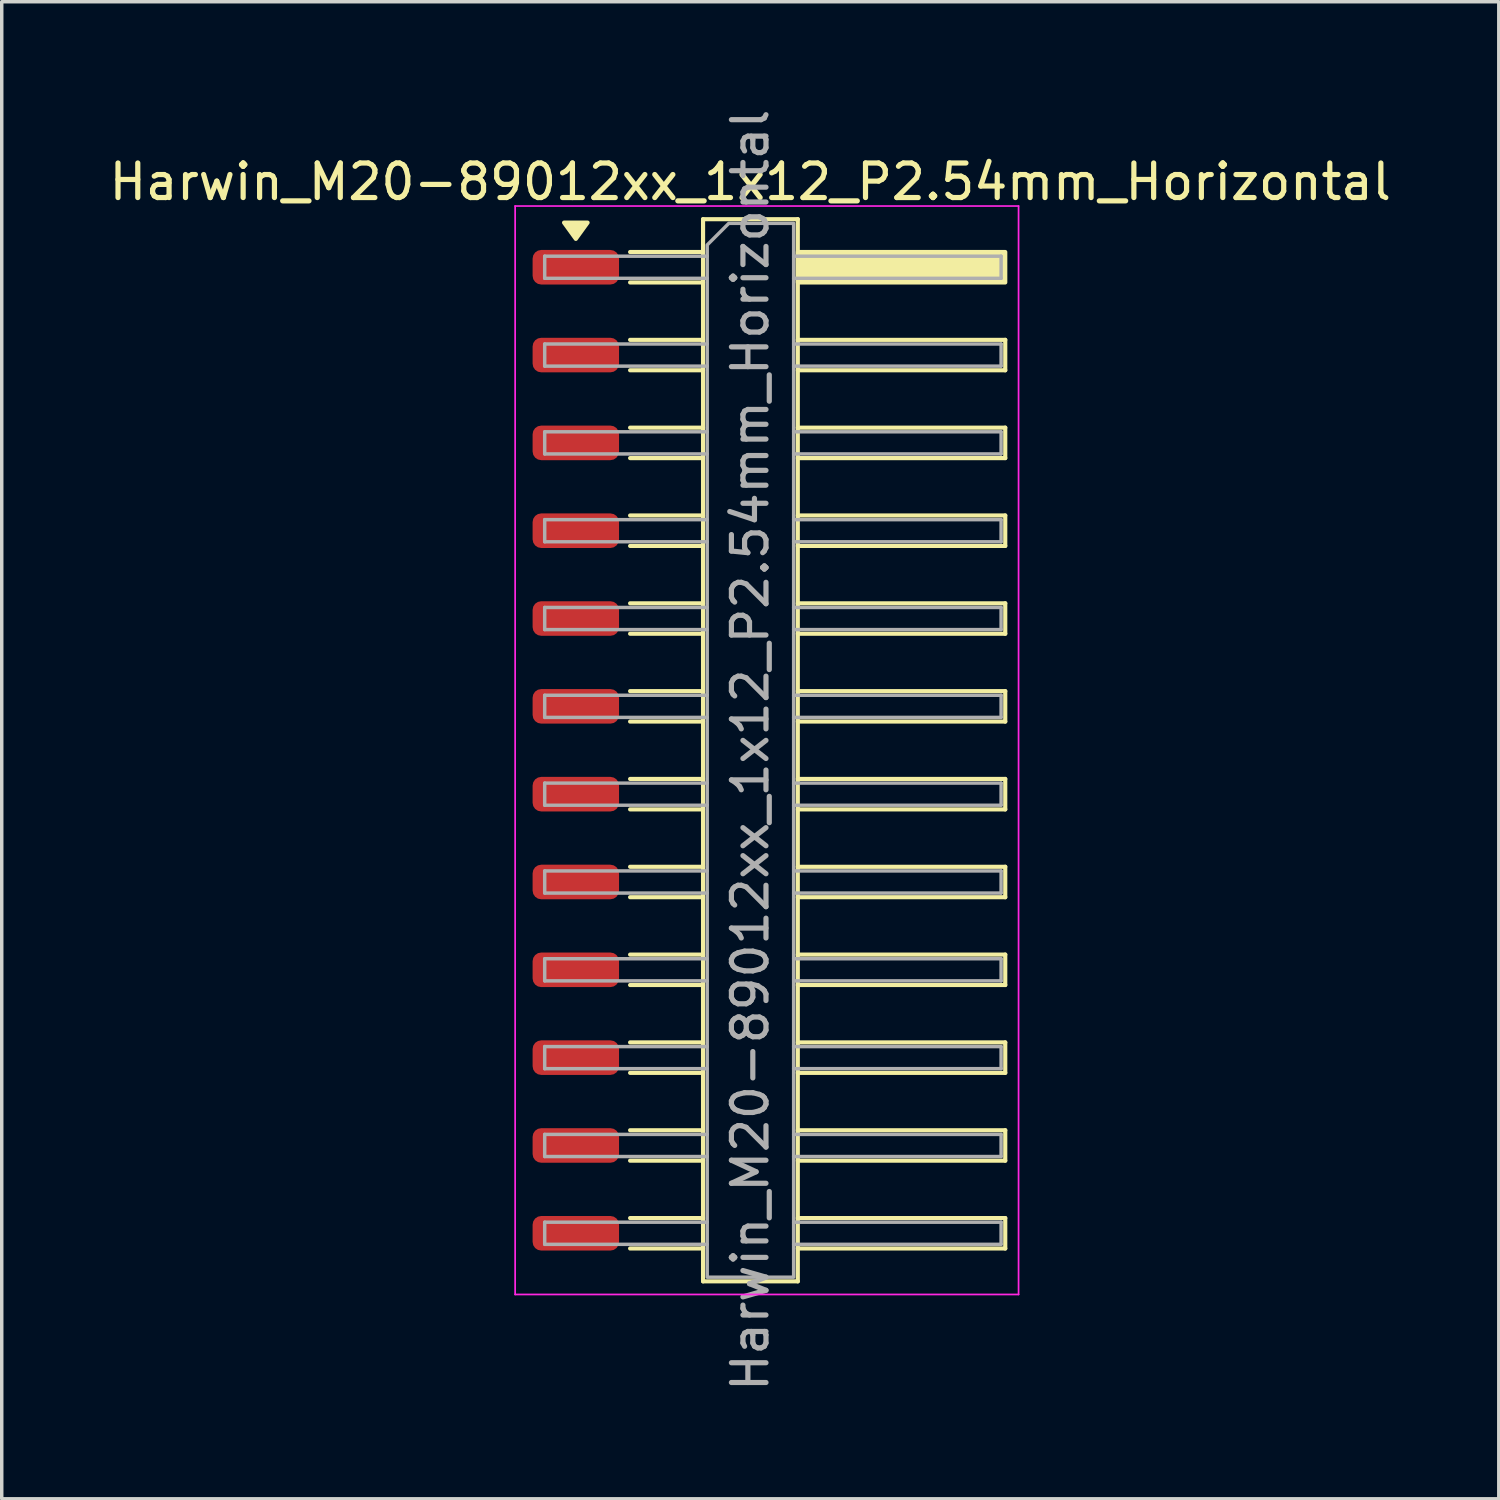
<source format=kicad_pcb>
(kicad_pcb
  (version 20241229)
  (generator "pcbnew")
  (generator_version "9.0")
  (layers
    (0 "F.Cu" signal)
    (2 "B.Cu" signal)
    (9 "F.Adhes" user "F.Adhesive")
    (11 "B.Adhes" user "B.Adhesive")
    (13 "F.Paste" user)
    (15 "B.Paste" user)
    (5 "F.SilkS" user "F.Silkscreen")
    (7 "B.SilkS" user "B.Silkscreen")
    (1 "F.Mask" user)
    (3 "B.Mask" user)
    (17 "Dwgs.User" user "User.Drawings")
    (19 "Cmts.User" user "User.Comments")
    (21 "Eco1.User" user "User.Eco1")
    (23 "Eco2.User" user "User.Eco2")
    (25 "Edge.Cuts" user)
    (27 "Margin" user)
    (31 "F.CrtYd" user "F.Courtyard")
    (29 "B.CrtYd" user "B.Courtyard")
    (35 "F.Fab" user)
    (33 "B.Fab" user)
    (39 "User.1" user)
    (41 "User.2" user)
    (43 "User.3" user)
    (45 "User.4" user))
  (footprint "Harwin_M20-89012xx_1x12_P2.54mm_Horizontal"
    (layer "F.Cu")
    (at 19.129 18.649)
    (property "Reference" "Harwin_M20-89012xx_1x12_P2.54mm_Horizontal" (at -0.48 -16.44 0) (layer "F.SilkS") (effects (font (size 1 1) (thickness 0.15))))
    (attr smd)
    (fp_line (start -3.955 -14.41) (end -1.845 -14.41) (stroke (width 0.12) (type solid)) (layer "F.SilkS"))
    (fp_line (start -3.955 -13.53) (end -1.845 -13.53) (stroke (width 0.12) (type solid)) (layer "F.SilkS"))
    (fp_line (start -3.955 -11.87) (end -1.845 -11.87) (stroke (width 0.12) (type solid)) (layer "F.SilkS"))
    (fp_line (start -3.955 -10.99) (end -1.845 -10.99) (stroke (width 0.12) (type solid)) (layer "F.SilkS"))
    (fp_line (start -3.955 -9.33) (end -1.845 -9.33) (stroke (width 0.12) (type solid)) (layer "F.SilkS"))
    (fp_line (start -3.955 -8.45) (end -1.845 -8.45) (stroke (width 0.12) (type solid)) (layer "F.SilkS"))
    (fp_line (start -3.955 -6.79) (end -1.845 -6.79) (stroke (width 0.12) (type solid)) (layer "F.SilkS"))
    (fp_line (start -3.955 -5.91) (end -1.845 -5.91) (stroke (width 0.12) (type solid)) (layer "F.SilkS"))
    (fp_line (start -3.955 -4.25) (end -1.845 -4.25) (stroke (width 0.12) (type solid)) (layer "F.SilkS"))
    (fp_line (start -3.955 -3.37) (end -1.845 -3.37) (stroke (width 0.12) (type solid)) (layer "F.SilkS"))
    (fp_line (start -3.955 -1.71) (end -1.845 -1.71) (stroke (width 0.12) (type solid)) (layer "F.SilkS"))
    (fp_line (start -3.955 -0.83) (end -1.845 -0.83) (stroke (width 0.12) (type solid)) (layer "F.SilkS"))
    (fp_line (start -3.955 0.83) (end -1.845 0.83) (stroke (width 0.12) (type solid)) (layer "F.SilkS"))
    (fp_line (start -3.955 1.71) (end -1.845 1.71) (stroke (width 0.12) (type solid)) (layer "F.SilkS"))
    (fp_line (start -3.955 3.37) (end -1.845 3.37) (stroke (width 0.12) (type solid)) (layer "F.SilkS"))
    (fp_line (start -3.955 4.25) (end -1.845 4.25) (stroke (width 0.12) (type solid)) (layer "F.SilkS"))
    (fp_line (start -3.955 5.91) (end -1.845 5.91) (stroke (width 0.12) (type solid)) (layer "F.SilkS"))
    (fp_line (start -3.955 6.79) (end -1.845 6.79) (stroke (width 0.12) (type solid)) (layer "F.SilkS"))
    (fp_line (start -3.955 8.45) (end -1.845 8.45) (stroke (width 0.12) (type solid)) (layer "F.SilkS"))
    (fp_line (start -3.955 9.33) (end -1.845 9.33) (stroke (width 0.12) (type solid)) (layer "F.SilkS"))
    (fp_line (start -3.955 10.99) (end -1.845 10.99) (stroke (width 0.12) (type solid)) (layer "F.SilkS"))
    (fp_line (start -3.955 11.87) (end -1.845 11.87) (stroke (width 0.12) (type solid)) (layer "F.SilkS"))
    (fp_line (start -3.955 13.53) (end -1.845 13.53) (stroke (width 0.12) (type solid)) (layer "F.SilkS"))
    (fp_line (start -3.955 14.41) (end -1.845 14.41) (stroke (width 0.12) (type solid)) (layer "F.SilkS"))
    (fp_line (start -1.845 -15.36) (end 0.895 -15.36) (stroke (width 0.12) (type solid)) (layer "F.SilkS"))
    (fp_line (start -1.845 15.36) (end -1.845 -15.36) (stroke (width 0.12) (type solid)) (layer "F.SilkS"))
    (fp_line (start 0.895 -15.36) (end 0.895 15.36) (stroke (width 0.12) (type solid)) (layer "F.SilkS"))
    (fp_line (start 0.895 -11.87) (end 6.895 -11.87) (stroke (width 0.12) (type solid)) (layer "F.SilkS"))
    (fp_line (start 0.895 -9.33) (end 6.895 -9.33) (stroke (width 0.12) (type solid)) (layer "F.SilkS"))
    (fp_line (start 0.895 -6.79) (end 6.895 -6.79) (stroke (width 0.12) (type solid)) (layer "F.SilkS"))
    (fp_line (start 0.895 -4.25) (end 6.895 -4.25) (stroke (width 0.12) (type solid)) (layer "F.SilkS"))
    (fp_line (start 0.895 -1.71) (end 6.895 -1.71) (stroke (width 0.12) (type solid)) (layer "F.SilkS"))
    (fp_line (start 0.895 0.83) (end 6.895 0.83) (stroke (width 0.12) (type solid)) (layer "F.SilkS"))
    (fp_line (start 0.895 3.37) (end 6.895 3.37) (stroke (width 0.12) (type solid)) (layer "F.SilkS"))
    (fp_line (start 0.895 5.91) (end 6.895 5.91) (stroke (width 0.12) (type solid)) (layer "F.SilkS"))
    (fp_line (start 0.895 8.45) (end 6.895 8.45) (stroke (width 0.12) (type solid)) (layer "F.SilkS"))
    (fp_line (start 0.895 10.99) (end 6.895 10.99) (stroke (width 0.12) (type solid)) (layer "F.SilkS"))
    (fp_line (start 0.895 13.53) (end 6.895 13.53) (stroke (width 0.12) (type solid)) (layer "F.SilkS"))
    (fp_line (start 0.895 15.36) (end -1.845 15.36) (stroke (width 0.12) (type solid)) (layer "F.SilkS"))
    (fp_line (start 6.895 -11.87) (end 6.895 -10.99) (stroke (width 0.12) (type solid)) (layer "F.SilkS"))
    (fp_line (start 6.895 -10.99) (end 0.895 -10.99) (stroke (width 0.12) (type solid)) (layer "F.SilkS"))
    (fp_line (start 6.895 -9.33) (end 6.895 -8.45) (stroke (width 0.12) (type solid)) (layer "F.SilkS"))
    (fp_line (start 6.895 -8.45) (end 0.895 -8.45) (stroke (width 0.12) (type solid)) (layer "F.SilkS"))
    (fp_line (start 6.895 -6.79) (end 6.895 -5.91) (stroke (width 0.12) (type solid)) (layer "F.SilkS"))
    (fp_line (start 6.895 -5.91) (end 0.895 -5.91) (stroke (width 0.12) (type solid)) (layer "F.SilkS"))
    (fp_line (start 6.895 -4.25) (end 6.895 -3.37) (stroke (width 0.12) (type solid)) (layer "F.SilkS"))
    (fp_line (start 6.895 -3.37) (end 0.895 -3.37) (stroke (width 0.12) (type solid)) (layer "F.SilkS"))
    (fp_line (start 6.895 -1.71) (end 6.895 -0.83) (stroke (width 0.12) (type solid)) (layer "F.SilkS"))
    (fp_line (start 6.895 -0.83) (end 0.895 -0.83) (stroke (width 0.12) (type solid)) (layer "F.SilkS"))
    (fp_line (start 6.895 0.83) (end 6.895 1.71) (stroke (width 0.12) (type solid)) (layer "F.SilkS"))
    (fp_line (start 6.895 1.71) (end 0.895 1.71) (stroke (width 0.12) (type solid)) (layer "F.SilkS"))
    (fp_line (start 6.895 3.37) (end 6.895 4.25) (stroke (width 0.12) (type solid)) (layer "F.SilkS"))
    (fp_line (start 6.895 4.25) (end 0.895 4.25) (stroke (width 0.12) (type solid)) (layer "F.SilkS"))
    (fp_line (start 6.895 5.91) (end 6.895 6.79) (stroke (width 0.12) (type solid)) (layer "F.SilkS"))
    (fp_line (start 6.895 6.79) (end 0.895 6.79) (stroke (width 0.12) (type solid)) (layer "F.SilkS"))
    (fp_line (start 6.895 8.45) (end 6.895 9.33) (stroke (width 0.12) (type solid)) (layer "F.SilkS"))
    (fp_line (start 6.895 9.33) (end 0.895 9.33) (stroke (width 0.12) (type solid)) (layer "F.SilkS"))
    (fp_line (start 6.895 10.99) (end 6.895 11.87) (stroke (width 0.12) (type solid)) (layer "F.SilkS"))
    (fp_line (start 6.895 11.87) (end 0.895 11.87) (stroke (width 0.12) (type solid)) (layer "F.SilkS"))
    (fp_line (start 6.895 13.53) (end 6.895 14.41) (stroke (width 0.12) (type solid)) (layer "F.SilkS"))
    (fp_line (start 6.895 14.41) (end 0.895 14.41) (stroke (width 0.12) (type solid)) (layer "F.SilkS"))
    (fp_rect (start 0.895 -14.41) (end 6.895 -13.53) (stroke (width 0.12) (type solid)) (fill yes) (layer "F.SilkS"))
    (fp_poly (pts (xy -5.525 -14.79) (xy -5.865 -15.26) (xy -5.185 -15.26)) (stroke (width 0.12) (type solid)) (fill yes) (layer "F.SilkS"))
    (fp_line (start -7.28 -15.74) (end 7.28 -15.74) (stroke (width 0.05) (type solid)) (layer "F.CrtYd"))
    (fp_line (start -7.28 15.74) (end -7.28 -15.74) (stroke (width 0.05) (type solid)) (layer "F.CrtYd"))
    (fp_line (start 7.28 -15.74) (end 7.28 15.74) (stroke (width 0.05) (type solid)) (layer "F.CrtYd"))
    (fp_line (start 7.28 15.74) (end -7.28 15.74) (stroke (width 0.05) (type solid)) (layer "F.CrtYd"))
    (fp_line (start -6.425 -14.29) (end -6.425 -13.65) (stroke (width 0.1) (type solid)) (layer "F.Fab"))
    (fp_line (start -6.425 -13.65) (end -1.725 -13.65) (stroke (width 0.1) (type solid)) (layer "F.Fab"))
    (fp_line (start -6.425 -11.75) (end -6.425 -11.11) (stroke (width 0.1) (type solid)) (layer "F.Fab"))
    (fp_line (start -6.425 -11.11) (end -1.725 -11.11) (stroke (width 0.1) (type solid)) (layer "F.Fab"))
    (fp_line (start -6.425 -9.21) (end -6.425 -8.57) (stroke (width 0.1) (type solid)) (layer "F.Fab"))
    (fp_line (start -6.425 -8.57) (end -1.725 -8.57) (stroke (width 0.1) (type solid)) (layer "F.Fab"))
    (fp_line (start -6.425 -6.67) (end -6.425 -6.03) (stroke (width 0.1) (type solid)) (layer "F.Fab"))
    (fp_line (start -6.425 -6.03) (end -1.725 -6.03) (stroke (width 0.1) (type solid)) (layer "F.Fab"))
    (fp_line (start -6.425 -4.13) (end -6.425 -3.49) (stroke (width 0.1) (type solid)) (layer "F.Fab"))
    (fp_line (start -6.425 -3.49) (end -1.725 -3.49) (stroke (width 0.1) (type solid)) (layer "F.Fab"))
    (fp_line (start -6.425 -1.59) (end -6.425 -0.95) (stroke (width 0.1) (type solid)) (layer "F.Fab"))
    (fp_line (start -6.425 -0.95) (end -1.725 -0.95) (stroke (width 0.1) (type solid)) (layer "F.Fab"))
    (fp_line (start -6.425 0.95) (end -6.425 1.59) (stroke (width 0.1) (type solid)) (layer "F.Fab"))
    (fp_line (start -6.425 1.59) (end -1.725 1.59) (stroke (width 0.1) (type solid)) (layer "F.Fab"))
    (fp_line (start -6.425 3.49) (end -6.425 4.13) (stroke (width 0.1) (type solid)) (layer "F.Fab"))
    (fp_line (start -6.425 4.13) (end -1.725 4.13) (stroke (width 0.1) (type solid)) (layer "F.Fab"))
    (fp_line (start -6.425 6.03) (end -6.425 6.67) (stroke (width 0.1) (type solid)) (layer "F.Fab"))
    (fp_line (start -6.425 6.67) (end -1.725 6.67) (stroke (width 0.1) (type solid)) (layer "F.Fab"))
    (fp_line (start -6.425 8.57) (end -6.425 9.21) (stroke (width 0.1) (type solid)) (layer "F.Fab"))
    (fp_line (start -6.425 9.21) (end -1.725 9.21) (stroke (width 0.1) (type solid)) (layer "F.Fab"))
    (fp_line (start -6.425 11.11) (end -6.425 11.75) (stroke (width 0.1) (type solid)) (layer "F.Fab"))
    (fp_line (start -6.425 11.75) (end -1.725 11.75) (stroke (width 0.1) (type solid)) (layer "F.Fab"))
    (fp_line (start -6.425 13.65) (end -6.425 14.29) (stroke (width 0.1) (type solid)) (layer "F.Fab"))
    (fp_line (start -6.425 14.29) (end -1.725 14.29) (stroke (width 0.1) (type solid)) (layer "F.Fab"))
    (fp_line (start -1.725 -14.29) (end -6.425 -14.29) (stroke (width 0.1) (type solid)) (layer "F.Fab"))
    (fp_line (start -1.725 -11.75) (end -6.425 -11.75) (stroke (width 0.1) (type solid)) (layer "F.Fab"))
    (fp_line (start -1.725 -9.21) (end -6.425 -9.21) (stroke (width 0.1) (type solid)) (layer "F.Fab"))
    (fp_line (start -1.725 -6.67) (end -6.425 -6.67) (stroke (width 0.1) (type solid)) (layer "F.Fab"))
    (fp_line (start -1.725 -4.13) (end -6.425 -4.13) (stroke (width 0.1) (type solid)) (layer "F.Fab"))
    (fp_line (start -1.725 -1.59) (end -6.425 -1.59) (stroke (width 0.1) (type solid)) (layer "F.Fab"))
    (fp_line (start -1.725 0.95) (end -6.425 0.95) (stroke (width 0.1) (type solid)) (layer "F.Fab"))
    (fp_line (start -1.725 3.49) (end -6.425 3.49) (stroke (width 0.1) (type solid)) (layer "F.Fab"))
    (fp_line (start -1.725 6.03) (end -6.425 6.03) (stroke (width 0.1) (type solid)) (layer "F.Fab"))
    (fp_line (start -1.725 8.57) (end -6.425 8.57) (stroke (width 0.1) (type solid)) (layer "F.Fab"))
    (fp_line (start -1.725 11.11) (end -6.425 11.11) (stroke (width 0.1) (type solid)) (layer "F.Fab"))
    (fp_line (start -1.725 13.65) (end -6.425 13.65) (stroke (width 0.1) (type solid)) (layer "F.Fab"))
    (fp_line (start 0.775 -14.29) (end 6.775 -14.29) (stroke (width 0.1) (type solid)) (layer "F.Fab"))
    (fp_line (start 0.775 -11.75) (end 6.775 -11.75) (stroke (width 0.1) (type solid)) (layer "F.Fab"))
    (fp_line (start 0.775 -9.21) (end 6.775 -9.21) (stroke (width 0.1) (type solid)) (layer "F.Fab"))
    (fp_line (start 0.775 -6.67) (end 6.775 -6.67) (stroke (width 0.1) (type solid)) (layer "F.Fab"))
    (fp_line (start 0.775 -4.13) (end 6.775 -4.13) (stroke (width 0.1) (type solid)) (layer "F.Fab"))
    (fp_line (start 0.775 -1.59) (end 6.775 -1.59) (stroke (width 0.1) (type solid)) (layer "F.Fab"))
    (fp_line (start 0.775 0.95) (end 6.775 0.95) (stroke (width 0.1) (type solid)) (layer "F.Fab"))
    (fp_line (start 0.775 3.49) (end 6.775 3.49) (stroke (width 0.1) (type solid)) (layer "F.Fab"))
    (fp_line (start 0.775 6.03) (end 6.775 6.03) (stroke (width 0.1) (type solid)) (layer "F.Fab"))
    (fp_line (start 0.775 8.57) (end 6.775 8.57) (stroke (width 0.1) (type solid)) (layer "F.Fab"))
    (fp_line (start 0.775 11.11) (end 6.775 11.11) (stroke (width 0.1) (type solid)) (layer "F.Fab"))
    (fp_line (start 0.775 13.65) (end 6.775 13.65) (stroke (width 0.1) (type solid)) (layer "F.Fab"))
    (fp_line (start 6.775 -14.29) (end 6.775 -13.65) (stroke (width 0.1) (type solid)) (layer "F.Fab"))
    (fp_line (start 6.775 -13.65) (end 0.775 -13.65) (stroke (width 0.1) (type solid)) (layer "F.Fab"))
    (fp_line (start 6.775 -11.75) (end 6.775 -11.11) (stroke (width 0.1) (type solid)) (layer "F.Fab"))
    (fp_line (start 6.775 -11.11) (end 0.775 -11.11) (stroke (width 0.1) (type solid)) (layer "F.Fab"))
    (fp_line (start 6.775 -9.21) (end 6.775 -8.57) (stroke (width 0.1) (type solid)) (layer "F.Fab"))
    (fp_line (start 6.775 -8.57) (end 0.775 -8.57) (stroke (width 0.1) (type solid)) (layer "F.Fab"))
    (fp_line (start 6.775 -6.67) (end 6.775 -6.03) (stroke (width 0.1) (type solid)) (layer "F.Fab"))
    (fp_line (start 6.775 -6.03) (end 0.775 -6.03) (stroke (width 0.1) (type solid)) (layer "F.Fab"))
    (fp_line (start 6.775 -4.13) (end 6.775 -3.49) (stroke (width 0.1) (type solid)) (layer "F.Fab"))
    (fp_line (start 6.775 -3.49) (end 0.775 -3.49) (stroke (width 0.1) (type solid)) (layer "F.Fab"))
    (fp_line (start 6.775 -1.59) (end 6.775 -0.95) (stroke (width 0.1) (type solid)) (layer "F.Fab"))
    (fp_line (start 6.775 -0.95) (end 0.775 -0.95) (stroke (width 0.1) (type solid)) (layer "F.Fab"))
    (fp_line (start 6.775 0.95) (end 6.775 1.59) (stroke (width 0.1) (type solid)) (layer "F.Fab"))
    (fp_line (start 6.775 1.59) (end 0.775 1.59) (stroke (width 0.1) (type solid)) (layer "F.Fab"))
    (fp_line (start 6.775 3.49) (end 6.775 4.13) (stroke (width 0.1) (type solid)) (layer "F.Fab"))
    (fp_line (start 6.775 4.13) (end 0.775 4.13) (stroke (width 0.1) (type solid)) (layer "F.Fab"))
    (fp_line (start 6.775 6.03) (end 6.775 6.67) (stroke (width 0.1) (type solid)) (layer "F.Fab"))
    (fp_line (start 6.775 6.67) (end 0.775 6.67) (stroke (width 0.1) (type solid)) (layer "F.Fab"))
    (fp_line (start 6.775 8.57) (end 6.775 9.21) (stroke (width 0.1) (type solid)) (layer "F.Fab"))
    (fp_line (start 6.775 9.21) (end 0.775 9.21) (stroke (width 0.1) (type solid)) (layer "F.Fab"))
    (fp_line (start 6.775 11.11) (end 6.775 11.75) (stroke (width 0.1) (type solid)) (layer "F.Fab"))
    (fp_line (start 6.775 11.75) (end 0.775 11.75) (stroke (width 0.1) (type solid)) (layer "F.Fab"))
    (fp_line (start 6.775 13.65) (end 6.775 14.29) (stroke (width 0.1) (type solid)) (layer "F.Fab"))
    (fp_line (start 6.775 14.29) (end 0.775 14.29) (stroke (width 0.1) (type solid)) (layer "F.Fab"))
    (fp_poly (pts (xy -1.725 -14.615) (xy -1.725 15.24) (xy 0.775 15.24) (xy 0.775 -15.24) (xy -1.1 -15.24)) (stroke (width 0.1) (type solid)) (fill no) (layer "F.Fab"))
    (fp_text user "${REFERENCE}" (at -0.48 0 90) (layer "F.Fab") (effects (font (size 1 1) (thickness 0.15))))
    (pad "1" smd roundrect (at -5.525 -13.97) (size 2.5 1) (layers "F.Cu" "F.Mask" "F.Paste") (roundrect_rratio 0.25))
    (pad "2" smd roundrect (at -5.525 -11.43) (size 2.5 1) (layers "F.Cu" "F.Mask" "F.Paste") (roundrect_rratio 0.25))
    (pad "3" smd roundrect (at -5.525 -8.89) (size 2.5 1) (layers "F.Cu" "F.Mask" "F.Paste") (roundrect_rratio 0.25))
    (pad "4" smd roundrect (at -5.525 -6.35) (size 2.5 1) (layers "F.Cu" "F.Mask" "F.Paste") (roundrect_rratio 0.25))
    (pad "5" smd roundrect (at -5.525 -3.81) (size 2.5 1) (layers "F.Cu" "F.Mask" "F.Paste") (roundrect_rratio 0.25))
    (pad "6" smd roundrect (at -5.525 -1.27) (size 2.5 1) (layers "F.Cu" "F.Mask" "F.Paste") (roundrect_rratio 0.25))
    (pad "7" smd roundrect (at -5.525 1.27) (size 2.5 1) (layers "F.Cu" "F.Mask" "F.Paste") (roundrect_rratio 0.25))
    (pad "8" smd roundrect (at -5.525 3.81) (size 2.5 1) (layers "F.Cu" "F.Mask" "F.Paste") (roundrect_rratio 0.25))
    (pad "9" smd roundrect (at -5.525 6.35) (size 2.5 1) (layers "F.Cu" "F.Mask" "F.Paste") (roundrect_rratio 0.25))
    (pad "10" smd roundrect (at -5.525 8.89) (size 2.5 1) (layers "F.Cu" "F.Mask" "F.Paste") (roundrect_rratio 0.25))
    (pad "11" smd roundrect (at -5.525 11.43) (size 2.5 1) (layers "F.Cu" "F.Mask" "F.Paste") (roundrect_rratio 0.25))
    (pad "12" smd roundrect (at -5.525 13.97) (size 2.5 1) (layers "F.Cu" "F.Mask" "F.Paste") (roundrect_rratio 0.25)))
  (gr_rect
    (start -3 -3)
    (end 40.298 40.298)
    (stroke (width 0.1) (type default))
    (fill no)
    (layer "Edge.Cuts")))
</source>
